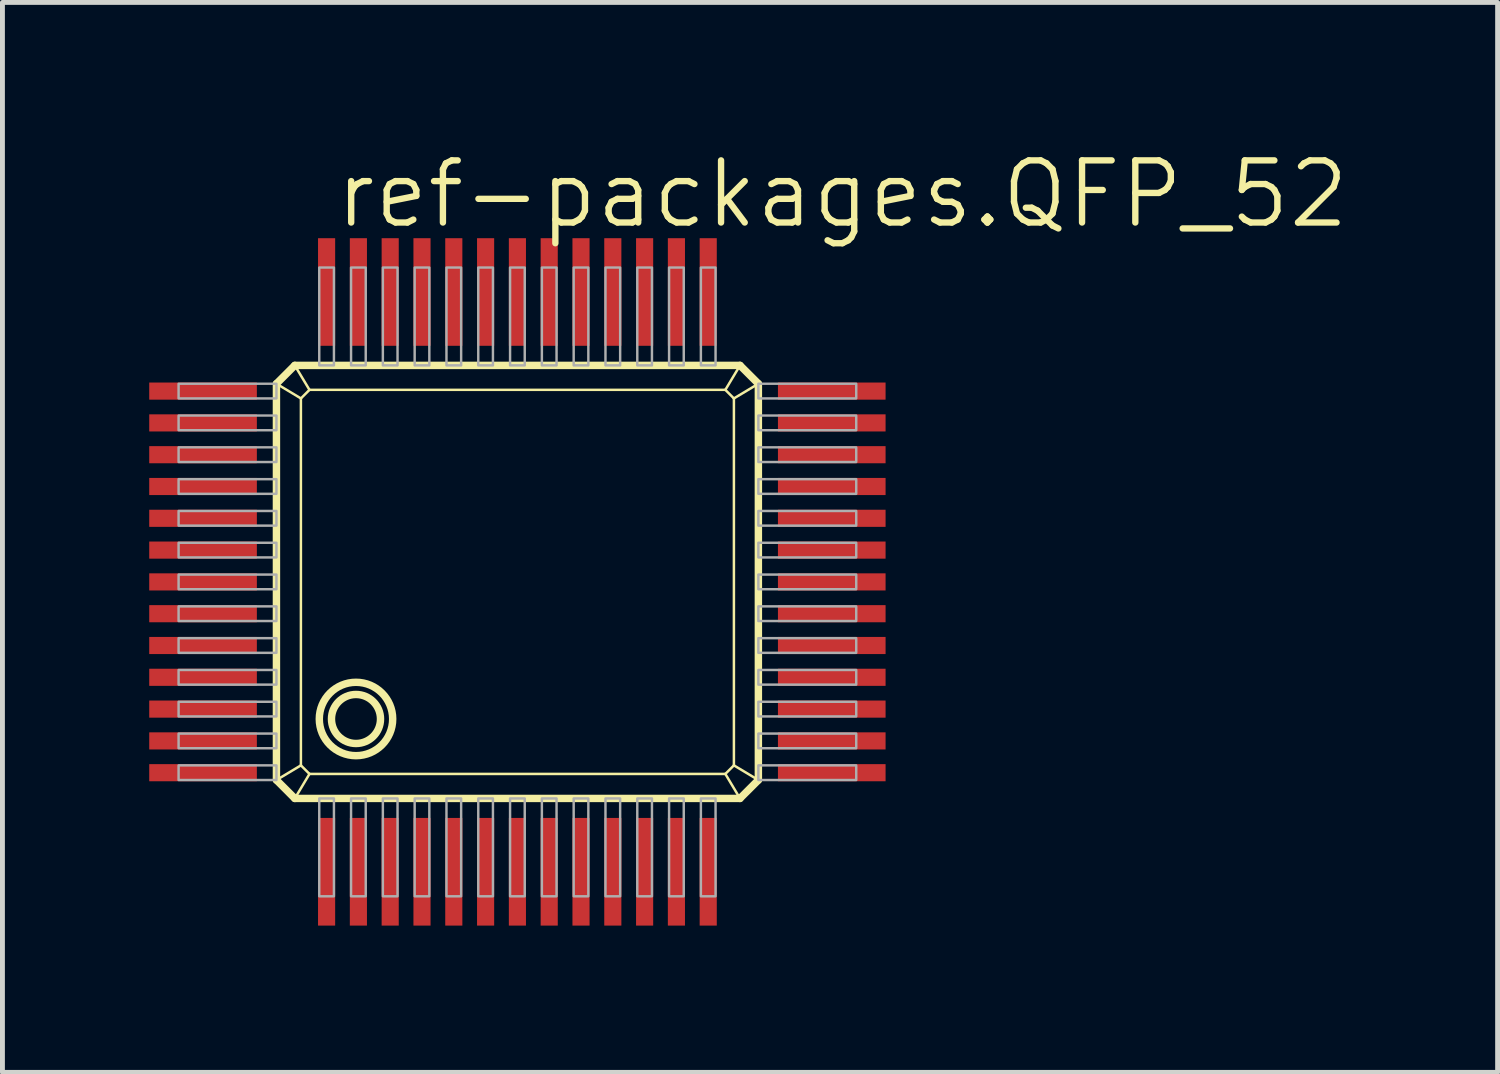
<source format=kicad_pcb>
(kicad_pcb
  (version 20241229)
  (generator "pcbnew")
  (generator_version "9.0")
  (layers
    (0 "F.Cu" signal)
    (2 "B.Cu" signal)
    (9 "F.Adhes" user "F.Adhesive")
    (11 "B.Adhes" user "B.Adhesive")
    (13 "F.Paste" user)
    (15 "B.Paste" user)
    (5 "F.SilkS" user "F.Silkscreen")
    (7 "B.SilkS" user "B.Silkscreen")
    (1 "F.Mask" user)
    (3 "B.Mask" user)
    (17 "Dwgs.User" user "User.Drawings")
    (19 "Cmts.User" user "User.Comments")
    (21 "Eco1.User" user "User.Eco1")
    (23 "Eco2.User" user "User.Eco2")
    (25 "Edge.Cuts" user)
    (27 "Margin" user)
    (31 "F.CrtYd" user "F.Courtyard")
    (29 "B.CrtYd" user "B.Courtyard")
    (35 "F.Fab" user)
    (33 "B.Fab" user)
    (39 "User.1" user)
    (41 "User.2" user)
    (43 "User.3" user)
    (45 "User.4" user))
  (footprint "ref-packages.QFP_52"
    (layer "F.Cu")
    (at 7.2 8.518)
    (property "Reference" "ref-packages.QFP_52" (at -3.46 -6.858 0) (layer "F.SilkS") (effects (font (size 1.27 1.27) (thickness 0.13)) (justify left bottom)))
    (attr smd)
    (fp_line (start -4.6 -3.725) (end -4.225 -4.1) (stroke (width 0.152) (type default)) (layer "F.SilkS"))
    (fp_line (start -4.6 -3.725) (end -4.1 -3.425) (stroke (width 0.051) (type default)) (layer "F.SilkS"))
    (fp_line (start -4.6 4.375) (end -4.6 -3.725) (stroke (width 0.152) (type default)) (layer "F.SilkS"))
    (fp_line (start -4.6 4.375) (end -4.1 4.075) (stroke (width 0.051) (type default)) (layer "F.SilkS"))
    (fp_line (start -4.225 -4.1) (end -3.925 -3.6) (stroke (width 0.051) (type default)) (layer "F.SilkS"))
    (fp_line (start -4.225 -4.1) (end 4.875 -4.1) (stroke (width 0.152) (type default)) (layer "F.SilkS"))
    (fp_line (start -4.224 4.751) (end -4.6 4.375) (stroke (width 0.152) (type default)) (layer "F.SilkS"))
    (fp_line (start -4.224 4.751) (end -3.925 4.25) (stroke (width 0.051) (type default)) (layer "F.SilkS"))
    (fp_line (start -4.1 -3.425) (end -3.925 -3.6) (stroke (width 0.051) (type default)) (layer "F.SilkS"))
    (fp_line (start -4.1 4.075) (end -4.1 -3.425) (stroke (width 0.051) (type default)) (layer "F.SilkS"))
    (fp_line (start -3.925 -3.6) (end 4.575 -3.6) (stroke (width 0.051) (type default)) (layer "F.SilkS"))
    (fp_line (start -3.925 4.25) (end -4.1 4.075) (stroke (width 0.051) (type default)) (layer "F.SilkS"))
    (fp_line (start 4.575 -3.6) (end 4.75 -3.425) (stroke (width 0.051) (type default)) (layer "F.SilkS"))
    (fp_line (start 4.575 4.25) (end -3.925 4.25) (stroke (width 0.051) (type default)) (layer "F.SilkS"))
    (fp_line (start 4.75 -3.425) (end 4.75 4.075) (stroke (width 0.051) (type default)) (layer "F.SilkS"))
    (fp_line (start 4.75 4.075) (end 4.575 4.25) (stroke (width 0.051) (type default)) (layer "F.SilkS"))
    (fp_line (start 4.874 4.751) (end -4.224 4.751) (stroke (width 0.152) (type default)) (layer "F.SilkS"))
    (fp_line (start 4.874 4.751) (end 4.575 4.25) (stroke (width 0.051) (type default)) (layer "F.SilkS"))
    (fp_line (start 4.875 -4.1) (end 4.575 -3.6) (stroke (width 0.051) (type default)) (layer "F.SilkS"))
    (fp_line (start 4.875 -4.1) (end 5.25 -3.725) (stroke (width 0.152) (type default)) (layer "F.SilkS"))
    (fp_line (start 5.25 -3.725) (end 4.75 -3.425) (stroke (width 0.051) (type default)) (layer "F.SilkS"))
    (fp_line (start 5.25 -3.725) (end 5.25 4.375) (stroke (width 0.152) (type default)) (layer "F.SilkS"))
    (fp_line (start 5.25 4.375) (end 4.75 4.075) (stroke (width 0.051) (type default)) (layer "F.SilkS"))
    (fp_line (start 5.25 4.375) (end 4.874 4.751) (stroke (width 0.152) (type default)) (layer "F.SilkS"))
    (fp_circle (center -2.974 3.127) (end -2.473 3.127) (stroke (width 0.152) (type default)) (fill no) (layer "F.SilkS"))
    (fp_circle (center -2.974 3.127) (end -2.224 3.127) (stroke (width 0.152) (type default)) (fill no) (layer "F.SilkS"))
    (fp_rect (start -6.6 -3.425) (end -4.6 -3.725) (stroke (width 0.05) (type default)) (fill no) (layer "F.Fab"))
    (fp_rect (start -6.6 -2.775) (end -4.6 -3.075) (stroke (width 0.05) (type default)) (fill no) (layer "F.Fab"))
    (fp_rect (start -6.6 -2.125) (end -4.6 -2.425) (stroke (width 0.05) (type default)) (fill no) (layer "F.Fab"))
    (fp_rect (start -6.6 -1.475) (end -4.6 -1.775) (stroke (width 0.05) (type default)) (fill no) (layer "F.Fab"))
    (fp_rect (start -6.6 -0.825) (end -4.6 -1.125) (stroke (width 0.05) (type default)) (fill no) (layer "F.Fab"))
    (fp_rect (start -6.6 -0.175) (end -4.6 -0.475) (stroke (width 0.05) (type default)) (fill no) (layer "F.Fab"))
    (fp_rect (start -6.6 0.475) (end -4.6 0.175) (stroke (width 0.05) (type default)) (fill no) (layer "F.Fab"))
    (fp_rect (start -6.6 1.125) (end -4.6 0.825) (stroke (width 0.05) (type default)) (fill no) (layer "F.Fab"))
    (fp_rect (start -6.6 1.775) (end -4.6 1.475) (stroke (width 0.05) (type default)) (fill no) (layer "F.Fab"))
    (fp_rect (start -6.6 2.425) (end -4.6 2.125) (stroke (width 0.05) (type default)) (fill no) (layer "F.Fab"))
    (fp_rect (start -6.6 3.075) (end -4.6 2.775) (stroke (width 0.05) (type default)) (fill no) (layer "F.Fab"))
    (fp_rect (start -6.6 3.725) (end -4.6 3.425) (stroke (width 0.05) (type default)) (fill no) (layer "F.Fab"))
    (fp_rect (start -6.6 4.375) (end -4.6 4.075) (stroke (width 0.05) (type default)) (fill no) (layer "F.Fab"))
    (fp_rect (start -3.725 -4.1) (end -3.425 -6.1) (stroke (width 0.05) (type default)) (fill no) (layer "F.Fab"))
    (fp_rect (start -3.725 6.751) (end -3.425 4.751) (stroke (width 0.05) (type default)) (fill no) (layer "F.Fab"))
    (fp_rect (start -3.075 -4.1) (end -2.775 -6.1) (stroke (width 0.05) (type default)) (fill no) (layer "F.Fab"))
    (fp_rect (start -3.075 6.751) (end -2.775 4.751) (stroke (width 0.05) (type default)) (fill no) (layer "F.Fab"))
    (fp_rect (start -2.425 -4.1) (end -2.125 -6.1) (stroke (width 0.05) (type default)) (fill no) (layer "F.Fab"))
    (fp_rect (start -2.425 6.751) (end -2.125 4.751) (stroke (width 0.05) (type default)) (fill no) (layer "F.Fab"))
    (fp_rect (start -1.775 -4.1) (end -1.475 -6.1) (stroke (width 0.05) (type default)) (fill no) (layer "F.Fab"))
    (fp_rect (start -1.775 6.751) (end -1.475 4.751) (stroke (width 0.05) (type default)) (fill no) (layer "F.Fab"))
    (fp_rect (start -1.125 -4.1) (end -0.825 -6.1) (stroke (width 0.05) (type default)) (fill no) (layer "F.Fab"))
    (fp_rect (start -1.125 6.751) (end -0.825 4.751) (stroke (width 0.05) (type default)) (fill no) (layer "F.Fab"))
    (fp_rect (start -0.475 -4.1) (end -0.175 -6.1) (stroke (width 0.05) (type default)) (fill no) (layer "F.Fab"))
    (fp_rect (start -0.475 6.751) (end -0.175 4.751) (stroke (width 0.05) (type default)) (fill no) (layer "F.Fab"))
    (fp_rect (start 0.175 -4.1) (end 0.475 -6.1) (stroke (width 0.05) (type default)) (fill no) (layer "F.Fab"))
    (fp_rect (start 0.175 6.751) (end 0.475 4.751) (stroke (width 0.05) (type default)) (fill no) (layer "F.Fab"))
    (fp_rect (start 0.825 -4.1) (end 1.125 -6.1) (stroke (width 0.05) (type default)) (fill no) (layer "F.Fab"))
    (fp_rect (start 0.825 6.751) (end 1.125 4.751) (stroke (width 0.05) (type default)) (fill no) (layer "F.Fab"))
    (fp_rect (start 1.475 -4.1) (end 1.775 -6.1) (stroke (width 0.05) (type default)) (fill no) (layer "F.Fab"))
    (fp_rect (start 1.475 6.751) (end 1.775 4.751) (stroke (width 0.05) (type default)) (fill no) (layer "F.Fab"))
    (fp_rect (start 2.125 -4.1) (end 2.425 -6.1) (stroke (width 0.05) (type default)) (fill no) (layer "F.Fab"))
    (fp_rect (start 2.125 6.751) (end 2.425 4.751) (stroke (width 0.05) (type default)) (fill no) (layer "F.Fab"))
    (fp_rect (start 2.775 -4.1) (end 3.075 -6.1) (stroke (width 0.05) (type default)) (fill no) (layer "F.Fab"))
    (fp_rect (start 2.775 6.751) (end 3.075 4.751) (stroke (width 0.05) (type default)) (fill no) (layer "F.Fab"))
    (fp_rect (start 3.425 -4.1) (end 3.725 -6.1) (stroke (width 0.05) (type default)) (fill no) (layer "F.Fab"))
    (fp_rect (start 3.425 6.751) (end 3.725 4.751) (stroke (width 0.05) (type default)) (fill no) (layer "F.Fab"))
    (fp_rect (start 4.075 -4.1) (end 4.375 -6.1) (stroke (width 0.05) (type default)) (fill no) (layer "F.Fab"))
    (fp_rect (start 4.075 6.751) (end 4.375 4.751) (stroke (width 0.05) (type default)) (fill no) (layer "F.Fab"))
    (fp_rect (start 5.25 -3.425) (end 7.25 -3.725) (stroke (width 0.05) (type default)) (fill no) (layer "F.Fab"))
    (fp_rect (start 5.25 -2.775) (end 7.25 -3.075) (stroke (width 0.05) (type default)) (fill no) (layer "F.Fab"))
    (fp_rect (start 5.25 -2.125) (end 7.25 -2.425) (stroke (width 0.05) (type default)) (fill no) (layer "F.Fab"))
    (fp_rect (start 5.25 -1.475) (end 7.25 -1.775) (stroke (width 0.05) (type default)) (fill no) (layer "F.Fab"))
    (fp_rect (start 5.25 -0.825) (end 7.25 -1.125) (stroke (width 0.05) (type default)) (fill no) (layer "F.Fab"))
    (fp_rect (start 5.25 -0.175) (end 7.25 -0.475) (stroke (width 0.05) (type default)) (fill no) (layer "F.Fab"))
    (fp_rect (start 5.25 0.475) (end 7.25 0.175) (stroke (width 0.05) (type default)) (fill no) (layer "F.Fab"))
    (fp_rect (start 5.25 1.125) (end 7.25 0.825) (stroke (width 0.05) (type default)) (fill no) (layer "F.Fab"))
    (fp_rect (start 5.25 1.775) (end 7.25 1.475) (stroke (width 0.05) (type default)) (fill no) (layer "F.Fab"))
    (fp_rect (start 5.25 2.425) (end 7.25 2.125) (stroke (width 0.05) (type default)) (fill no) (layer "F.Fab"))
    (fp_rect (start 5.25 3.075) (end 7.25 2.775) (stroke (width 0.05) (type default)) (fill no) (layer "F.Fab"))
    (fp_rect (start 5.25 3.725) (end 7.25 3.425) (stroke (width 0.05) (type default)) (fill no) (layer "F.Fab"))
    (fp_rect (start 5.25 4.375) (end 7.25 4.075) (stroke (width 0.05) (type default)) (fill no) (layer "F.Fab"))
    (pad "1" smd roundrect (at -3.575 6.25) (size 0.35 2.2) (layers "F.Cu" "F.Mask" "F.Paste") (roundrect_rratio 0.01))
    (pad "2" smd roundrect (at -2.925 6.25) (size 0.35 2.2) (layers "F.Cu" "F.Mask" "F.Paste") (roundrect_rratio 0.01))
    (pad "3" smd roundrect (at -2.275 6.25) (size 0.35 2.2) (layers "F.Cu" "F.Mask" "F.Paste") (roundrect_rratio 0.01))
    (pad "4" smd roundrect (at -1.625 6.25) (size 0.35 2.2) (layers "F.Cu" "F.Mask" "F.Paste") (roundrect_rratio 0.01))
    (pad "5" smd roundrect (at -0.975 6.25) (size 0.35 2.2) (layers "F.Cu" "F.Mask" "F.Paste") (roundrect_rratio 0.01))
    (pad "6" smd roundrect (at -0.325 6.25) (size 0.35 2.2) (layers "F.Cu" "F.Mask" "F.Paste") (roundrect_rratio 0.01))
    (pad "7" smd roundrect (at 0.325 6.25) (size 0.35 2.2) (layers "F.Cu" "F.Mask" "F.Paste") (roundrect_rratio 0.01))
    (pad "8" smd roundrect (at 0.975 6.25) (size 0.35 2.2) (layers "F.Cu" "F.Mask" "F.Paste") (roundrect_rratio 0.01))
    (pad "9" smd roundrect (at 1.625 6.25) (size 0.35 2.2) (layers "F.Cu" "F.Mask" "F.Paste") (roundrect_rratio 0.01))
    (pad "10" smd roundrect (at 2.275 6.25) (size 0.35 2.2) (layers "F.Cu" "F.Mask" "F.Paste") (roundrect_rratio 0.01))
    (pad "11" smd roundrect (at 2.925 6.25) (size 0.35 2.2) (layers "F.Cu" "F.Mask" "F.Paste") (roundrect_rratio 0.01))
    (pad "12" smd roundrect (at 3.575 6.25) (size 0.35 2.2) (layers "F.Cu" "F.Mask" "F.Paste") (roundrect_rratio 0.01))
    (pad "13" smd roundrect (at 4.225 6.25) (size 0.35 2.2) (layers "F.Cu" "F.Mask" "F.Paste") (roundrect_rratio 0.01))
    (pad "14" smd roundrect (at 6.75 4.225) (size 2.2 0.35) (layers "F.Cu" "F.Mask" "F.Paste") (roundrect_rratio 0.01))
    (pad "15" smd roundrect (at 6.75 3.575) (size 2.2 0.35) (layers "F.Cu" "F.Mask" "F.Paste") (roundrect_rratio 0.01))
    (pad "16" smd roundrect (at 6.75 2.925) (size 2.2 0.35) (layers "F.Cu" "F.Mask" "F.Paste") (roundrect_rratio 0.01))
    (pad "17" smd roundrect (at 6.75 2.275) (size 2.2 0.35) (layers "F.Cu" "F.Mask" "F.Paste") (roundrect_rratio 0.01))
    (pad "18" smd roundrect (at 6.75 1.625) (size 2.2 0.35) (layers "F.Cu" "F.Mask" "F.Paste") (roundrect_rratio 0.01))
    (pad "19" smd roundrect (at 6.75 0.975) (size 2.2 0.35) (layers "F.Cu" "F.Mask" "F.Paste") (roundrect_rratio 0.01))
    (pad "20" smd roundrect (at 6.75 0.325) (size 2.2 0.35) (layers "F.Cu" "F.Mask" "F.Paste") (roundrect_rratio 0.01))
    (pad "21" smd roundrect (at 6.75 -0.325) (size 2.2 0.35) (layers "F.Cu" "F.Mask" "F.Paste") (roundrect_rratio 0.01))
    (pad "22" smd roundrect (at 6.75 -0.975) (size 2.2 0.35) (layers "F.Cu" "F.Mask" "F.Paste") (roundrect_rratio 0.01))
    (pad "23" smd roundrect (at 6.75 -1.625) (size 2.2 0.35) (layers "F.Cu" "F.Mask" "F.Paste") (roundrect_rratio 0.01))
    (pad "24" smd roundrect (at 6.75 -2.275) (size 2.2 0.35) (layers "F.Cu" "F.Mask" "F.Paste") (roundrect_rratio 0.01))
    (pad "25" smd roundrect (at 6.75 -2.925) (size 2.2 0.35) (layers "F.Cu" "F.Mask" "F.Paste") (roundrect_rratio 0.01))
    (pad "26" smd roundrect (at 6.75 -3.575) (size 2.2 0.35) (layers "F.Cu" "F.Mask" "F.Paste") (roundrect_rratio 0.01))
    (pad "27" smd roundrect (at 4.225 -5.6) (size 0.35 2.2) (layers "F.Cu" "F.Mask" "F.Paste") (roundrect_rratio 0.01))
    (pad "28" smd roundrect (at 3.575 -5.6) (size 0.35 2.2) (layers "F.Cu" "F.Mask" "F.Paste") (roundrect_rratio 0.01))
    (pad "29" smd roundrect (at 2.925 -5.6) (size 0.35 2.2) (layers "F.Cu" "F.Mask" "F.Paste") (roundrect_rratio 0.01))
    (pad "30" smd roundrect (at 2.275 -5.6) (size 0.35 2.2) (layers "F.Cu" "F.Mask" "F.Paste") (roundrect_rratio 0.01))
    (pad "31" smd roundrect (at 1.625 -5.6) (size 0.35 2.2) (layers "F.Cu" "F.Mask" "F.Paste") (roundrect_rratio 0.01))
    (pad "32" smd roundrect (at 0.975 -5.6) (size 0.35 2.2) (layers "F.Cu" "F.Mask" "F.Paste") (roundrect_rratio 0.01))
    (pad "33" smd roundrect (at 0.325 -5.6) (size 0.35 2.2) (layers "F.Cu" "F.Mask" "F.Paste") (roundrect_rratio 0.01))
    (pad "34" smd roundrect (at -0.325 -5.6) (size 0.35 2.2) (layers "F.Cu" "F.Mask" "F.Paste") (roundrect_rratio 0.01))
    (pad "35" smd roundrect (at -0.975 -5.6) (size 0.35 2.2) (layers "F.Cu" "F.Mask" "F.Paste") (roundrect_rratio 0.01))
    (pad "36" smd roundrect (at -1.625 -5.6) (size 0.35 2.2) (layers "F.Cu" "F.Mask" "F.Paste") (roundrect_rratio 0.01))
    (pad "37" smd roundrect (at -2.275 -5.6) (size 0.35 2.2) (layers "F.Cu" "F.Mask" "F.Paste") (roundrect_rratio 0.01))
    (pad "38" smd roundrect (at -2.925 -5.6) (size 0.35 2.2) (layers "F.Cu" "F.Mask" "F.Paste") (roundrect_rratio 0.01))
    (pad "39" smd roundrect (at -3.575 -5.6) (size 0.35 2.2) (layers "F.Cu" "F.Mask" "F.Paste") (roundrect_rratio 0.01))
    (pad "40" smd roundrect (at -6.1 -3.575) (size 2.2 0.35) (layers "F.Cu" "F.Mask" "F.Paste") (roundrect_rratio 0.01))
    (pad "41" smd roundrect (at -6.1 -2.925) (size 2.2 0.35) (layers "F.Cu" "F.Mask" "F.Paste") (roundrect_rratio 0.01))
    (pad "42" smd roundrect (at -6.1 -2.275) (size 2.2 0.35) (layers "F.Cu" "F.Mask" "F.Paste") (roundrect_rratio 0.01))
    (pad "43" smd roundrect (at -6.1 -1.625) (size 2.2 0.35) (layers "F.Cu" "F.Mask" "F.Paste") (roundrect_rratio 0.01))
    (pad "44" smd roundrect (at -6.1 -0.975) (size 2.2 0.35) (layers "F.Cu" "F.Mask" "F.Paste") (roundrect_rratio 0.01))
    (pad "45" smd roundrect (at -6.1 -0.325) (size 2.2 0.35) (layers "F.Cu" "F.Mask" "F.Paste") (roundrect_rratio 0.01))
    (pad "46" smd roundrect (at -6.1 0.325) (size 2.2 0.35) (layers "F.Cu" "F.Mask" "F.Paste") (roundrect_rratio 0.01))
    (pad "47" smd roundrect (at -6.1 0.975) (size 2.2 0.35) (layers "F.Cu" "F.Mask" "F.Paste") (roundrect_rratio 0.01))
    (pad "48" smd roundrect (at -6.1 1.625) (size 2.2 0.35) (layers "F.Cu" "F.Mask" "F.Paste") (roundrect_rratio 0.01))
    (pad "49" smd roundrect (at -6.1 2.275) (size 2.2 0.35) (layers "F.Cu" "F.Mask" "F.Paste") (roundrect_rratio 0.01))
    (pad "50" smd roundrect (at -6.1 2.925) (size 2.2 0.35) (layers "F.Cu" "F.Mask" "F.Paste") (roundrect_rratio 0.01))
    (pad "51" smd roundrect (at -6.1 3.575) (size 2.2 0.35) (layers "F.Cu" "F.Mask" "F.Paste") (roundrect_rratio 0.01))
    (pad "52" smd roundrect (at -6.1 4.225) (size 2.2 0.35) (layers "F.Cu" "F.Mask" "F.Paste") (roundrect_rratio 0.01)))
  (gr_rect
    (start -3 -3)
    (end 27.559 18.868)
    (stroke (width 0.1) (type default))
    (fill no)
    (layer "Edge.Cuts")))
</source>
